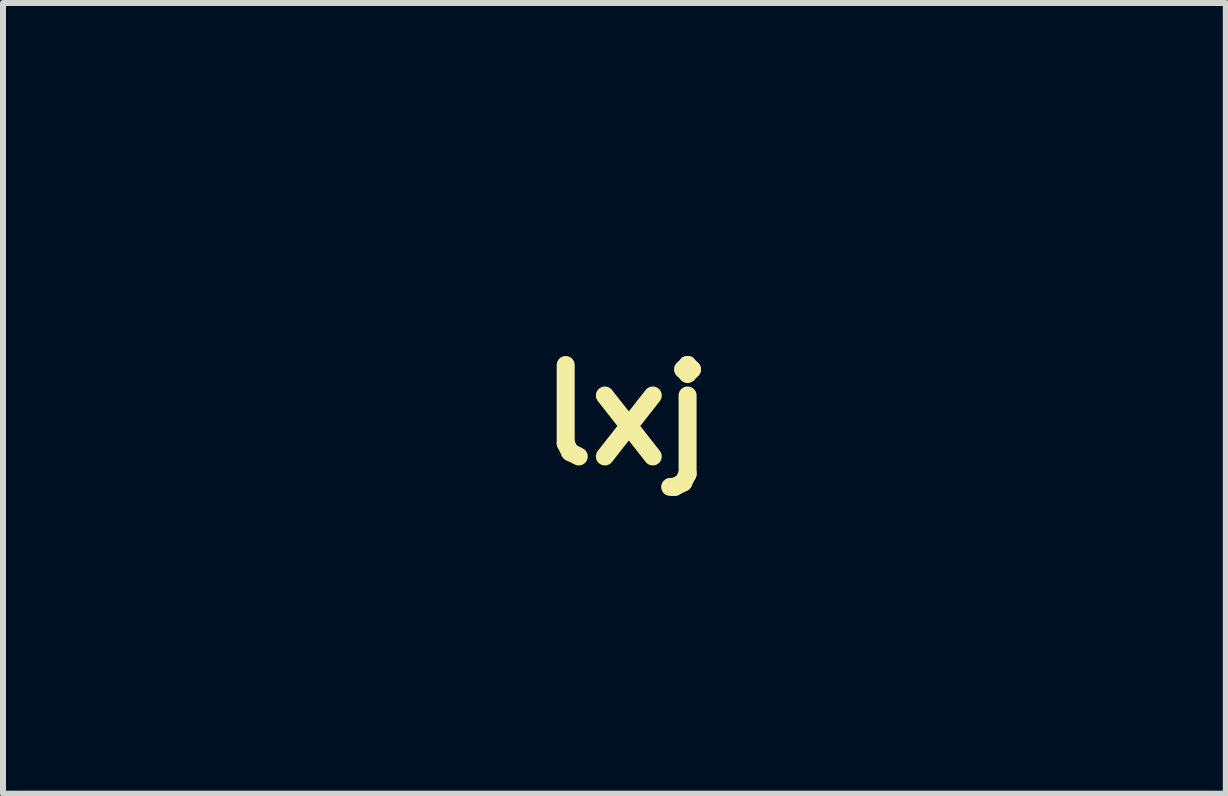
<source format=kicad_pcb>
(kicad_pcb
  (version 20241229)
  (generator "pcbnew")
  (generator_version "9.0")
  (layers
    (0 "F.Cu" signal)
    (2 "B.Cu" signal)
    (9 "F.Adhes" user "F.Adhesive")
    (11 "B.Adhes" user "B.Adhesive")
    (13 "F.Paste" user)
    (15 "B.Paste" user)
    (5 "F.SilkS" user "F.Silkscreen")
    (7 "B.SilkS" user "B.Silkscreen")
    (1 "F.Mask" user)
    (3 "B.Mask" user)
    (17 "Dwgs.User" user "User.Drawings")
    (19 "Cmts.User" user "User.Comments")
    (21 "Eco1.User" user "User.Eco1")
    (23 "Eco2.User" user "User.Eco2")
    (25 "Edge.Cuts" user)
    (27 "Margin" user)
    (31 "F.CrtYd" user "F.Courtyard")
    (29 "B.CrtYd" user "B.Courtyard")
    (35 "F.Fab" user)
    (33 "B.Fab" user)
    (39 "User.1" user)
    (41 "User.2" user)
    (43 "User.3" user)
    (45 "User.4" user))
  (footprint "lxj"
    (layer "F.Cu")
    (at 7.397 3.87)
    (property "Reference" "lxj" (at 0 0 0) (layer "F.SilkS") (effects (font (size 1.524 1.524) (thickness 0.3))))
    (attr board_only exclude_from_pos_files exclude_from_bom)
    (fp_poly (pts (xy -7.151 1.858) (xy -7.154 1.862) (xy -7.158 1.858) (xy -7.154 1.855)) (stroke (width 0) (type solid)) (fill yes) (layer "F.Mask"))
    (fp_poly (pts (xy -7.128 1.881) (xy -7.132 1.885) (xy -7.136 1.881) (xy -7.132 1.877)) (stroke (width 0) (type solid)) (fill yes) (layer "F.Mask"))
    (fp_poly (pts (xy -7.106 1.903) (xy -7.11 1.907) (xy -7.113 1.903) (xy -7.11 1.899)) (stroke (width 0) (type solid)) (fill yes) (layer "F.Mask"))
    (fp_poly (pts (xy 0.641 1.24) (xy 0.637 1.244) (xy 0.633 1.24) (xy 0.637 1.236)) (stroke (width 0) (type solid)) (fill yes) (layer "F.Mask"))
    (fp_poly (pts (xy -0.554 0.14) (xy -0.553 0.155) (xy -0.554 0.158) (xy -0.556 0.159) (xy -0.557 0.149) (xy -0.556 0.138)) (stroke (width 0) (type solid)) (fill yes) (layer "F.Mask"))
    (fp_poly (pts (xy -0.531 0.2) (xy -0.53 0.211) (xy -0.532 0.214) (xy -0.535 0.212) (xy -0.536 0.204) (xy -0.534 0.196)) (stroke (width 0) (type solid)) (fill yes) (layer "F.Mask"))
    (fp_poly (pts (xy 0.646 2.245) (xy 0.646 2.253) (xy 0.646 2.254) (xy 0.641 2.253) (xy 0.641 2.25) (xy 0.643 2.243)) (stroke (width 0) (type solid)) (fill yes) (layer "F.Mask"))
    (fp_poly (pts (xy -7.084 1.925) (xy -7.077 1.932) (xy -7.076 1.933) (xy -7.082 1.937) (xy -7.084 1.937) (xy -7.091 1.931) (xy -7.091 1.929) (xy -7.087 1.924)) (stroke (width 0) (type solid)) (fill yes) (layer "F.Mask"))
    (fp_poly (pts (xy -1.095 -0.696) (xy -1.088 -0.69) (xy -1.088 -0.689) (xy -1.093 -0.685) (xy -1.095 -0.685) (xy -1.102 -0.691) (xy -1.102 -0.693) (xy -1.098 -0.698)) (stroke (width 0) (type solid)) (fill yes) (layer "F.Mask"))
    (fp_poly (pts (xy -1.065 -0.672) (xy -1.065 -0.67) (xy -1.068 -0.663) (xy -1.068 -0.663) (xy -1.075 -0.668) (xy -1.076 -0.67) (xy -1.076 -0.677) (xy -1.073 -0.678)) (stroke (width 0) (type solid)) (fill yes) (layer "F.Mask"))
    (fp_poly (pts (xy -1.043 -0.65) (xy -1.043 -0.648) (xy -1.045 -0.641) (xy -1.046 -0.641) (xy -1.052 -0.646) (xy -1.054 -0.648) (xy -1.053 -0.655) (xy -1.051 -0.655)) (stroke (width 0) (type solid)) (fill yes) (layer "F.Mask"))
    (fp_poly (pts (xy -1.161 -0.748) (xy -1.154 -0.745) (xy -1.135 -0.732) (xy -1.119 -0.719) (xy -1.11 -0.708) (xy -1.11 -0.706) (xy -1.113 -0.701) (xy -1.124 -0.705) (xy -1.144 -0.717) (xy -1.145 -0.718) (xy -1.16 -0.73) (xy -1.169 -0.741) (xy -1.169 -0.748)) (stroke (width 0) (type solid)) (fill yes) (layer "F.Mask"))
    (fp_poly (pts (xy -6.409 2.156) (xy -6.404 2.16) (xy -6.406 2.171) (xy -6.415 2.191) (xy -6.417 2.195) (xy -6.432 2.222) (xy -6.442 2.235) (xy -6.448 2.236) (xy -6.45 2.224) (xy -6.451 2.207) (xy -6.449 2.182) (xy -6.445 2.168) (xy -6.435 2.16) (xy -6.435 2.16) (xy -6.419 2.155)) (stroke (width 0) (type solid)) (fill yes) (layer "F.Mask"))
    (fp_poly (pts (xy 0.625 1.27) (xy 0.619 1.289) (xy 0.618 1.294) (xy 0.611 1.314) (xy 0.602 1.345) (xy 0.594 1.379) (xy 0.586 1.412) (xy 0.58 1.44) (xy 0.579 1.449) (xy 0.577 1.454) (xy 0.576 1.446) (xy 0.575 1.429) (xy 0.575 1.405) (xy 0.577 1.388) (xy 0.58 1.382) (xy 0.585 1.373) (xy 0.589 1.354) (xy 0.592 1.339) (xy 0.598 1.31) (xy 0.607 1.283) (xy 0.611 1.274) (xy 0.62 1.26) (xy 0.625 1.26)) (stroke (width 0) (type solid)) (fill yes) (layer "F.Mask"))
    (fp_poly (pts (xy 0.618 -0.16) (xy 0.626 -0.139) (xy 0.636 -0.108) (xy 0.648 -0.068) (xy 0.655 -0.043) (xy 0.667 0.012) (xy 0.669 0.066) (xy 0.669 0.069) (xy 0.667 0.096) (xy 0.665 0.108) (xy 0.662 0.107) (xy 0.661 0.104) (xy 0.657 0.082) (xy 0.656 0.063) (xy 0.653 0.043) (xy 0.648 0.016) (xy 0.644 0.004) (xy 0.638 -0.023) (xy 0.634 -0.05) (xy 0.633 -0.059) (xy 0.63 -0.084) (xy 0.624 -0.111) (xy 0.622 -0.115) (xy 0.615 -0.139) (xy 0.612 -0.16) (xy 0.611 -0.164) (xy 0.613 -0.168)) (stroke (width 0) (type solid)) (fill yes) (layer "F.Mask"))
    (fp_poly (pts (xy -3.688 0.381) (xy -3.675 0.391) (xy -3.658 0.41) (xy -3.639 0.434) (xy -3.62 0.461) (xy -3.603 0.489) (xy -3.589 0.515) (xy -3.585 0.524) (xy -3.574 0.555) (xy -3.569 0.581) (xy -3.57 0.61) (xy -3.57 0.617) (xy -3.574 0.647) (xy -3.579 0.667) (xy -3.585 0.675) (xy -3.591 0.67) (xy -3.593 0.667) (xy -3.597 0.649) (xy -3.598 0.638) (xy -3.603 0.619) (xy -3.609 0.608) (xy -3.618 0.592) (xy -3.62 0.583) (xy -3.624 0.571) (xy -3.635 0.553) (xy -3.639 0.548) (xy -3.655 0.523) (xy -3.67 0.492) (xy -3.683 0.459) (xy -3.692 0.427) (xy -3.697 0.401) (xy -3.696 0.383) (xy -3.695 0.381)) (stroke (width 0) (type solid)) (fill yes) (layer "F.Mask"))
    (fp_poly (pts (xy 1.898 0.578) (xy 1.902 0.582) (xy 1.909 0.588) (xy 1.915 0.596) (xy 1.921 0.607) (xy 1.926 0.622) (xy 1.932 0.645) (xy 1.94 0.676) (xy 1.949 0.719) (xy 1.957 0.756) (xy 1.963 0.79) (xy 1.967 0.833) (xy 1.969 0.882) (xy 1.97 0.931) (xy 1.97 0.977) (xy 1.967 1.015) (xy 1.964 1.037) (xy 1.958 1.058) (xy 1.953 1.065) (xy 1.949 1.059) (xy 1.946 1.039) (xy 1.944 1.008) (xy 1.944 0.986) (xy 1.943 0.942) (xy 1.94 0.898) (xy 1.933 0.852) (xy 1.924 0.799) (xy 1.911 0.737) (xy 1.899 0.686) (xy 1.89 0.65) (xy 1.884 0.617) (xy 1.88 0.593) (xy 1.879 0.579) (xy 1.879 0.579) (xy 1.881 0.569) (xy 1.886 0.569)) (stroke (width 0) (type solid)) (fill yes) (layer "F.Mask"))
    (fp_poly (pts (xy -2.923 -0.141) (xy -2.923 -0.133) (xy -2.931 -0.118) (xy -2.945 -0.094) (xy -2.967 -0.06) (xy -2.996 -0.015) (xy -3.004 -0.003) (xy -3.02 0.016) (xy -3.04 0.032) (xy -3.04 0.032) (xy -3.055 0.043) (xy -3.061 0.054) (xy -3.061 0.055) (xy -3.068 0.065) (xy -3.075 0.069) (xy -3.085 0.067) (xy -3.094 0.056) (xy -3.102 0.039) (xy -3.112 0.019) (xy -3.122 0.005) (xy -3.126 0.002) (xy -3.135 -0.008) (xy -3.136 -0.014) (xy -3.13 -0.027) (xy -3.116 -0.042) (xy -3.098 -0.054) (xy -3.082 -0.06) (xy -3.081 -0.06) (xy -3.068 -0.064) (xy -3.065 -0.067) (xy -3.057 -0.074) (xy -3.039 -0.084) (xy -3.026 -0.091) (xy -2.997 -0.105) (xy -2.966 -0.122) (xy -2.955 -0.129) (xy -2.939 -0.137) (xy -2.928 -0.142)) (stroke (width 0) (type solid)) (fill yes) (layer "F.Mask"))
    (fp_poly (pts (xy -7.205 1.962) (xy -7.195 1.972) (xy -7.17 2.001) (xy -7.149 2.028) (xy -7.129 2.057) (xy -7.11 2.09) (xy -7.088 2.13) (xy -7.062 2.18) (xy -7.055 2.194) (xy -7.034 2.235) (xy -7.019 2.267) (xy -7.008 2.292) (xy -7 2.313) (xy -6.993 2.334) (xy -6.99 2.344) (xy -6.986 2.364) (xy -6.986 2.374) (xy -6.992 2.376) (xy -7.001 2.37) (xy -7.002 2.365) (xy -7.005 2.355) (xy -7.009 2.354) (xy -7.016 2.348) (xy -7.028 2.333) (xy -7.032 2.326) (xy -7.046 2.305) (xy -7.06 2.288) (xy -7.063 2.285) (xy -7.079 2.264) (xy -7.1 2.233) (xy -7.123 2.195) (xy -7.146 2.153) (xy -7.168 2.11) (xy -7.186 2.07) (xy -7.192 2.056) (xy -7.202 2.029) (xy -7.212 2.004) (xy -7.215 1.998) (xy -7.224 1.972) (xy -7.225 1.956) (xy -7.218 1.953)) (stroke (width 0) (type solid)) (fill yes) (layer "F.Mask"))
    (fp_poly (pts (xy -7.002 1.663) (xy -6.95 1.665) (xy -6.909 1.667) (xy -6.879 1.668) (xy -6.858 1.671) (xy -6.842 1.674) (xy -6.83 1.678) (xy -6.819 1.683) (xy -6.813 1.686) (xy -6.774 1.714) (xy -6.733 1.753) (xy -6.693 1.798) (xy -6.657 1.846) (xy -6.627 1.894) (xy -6.608 1.937) (xy -6.595 1.974) (xy -6.583 2.022) (xy -6.57 2.074) (xy -6.566 2.093) (xy -6.559 2.126) (xy -6.551 2.161) (xy -6.546 2.18) (xy -6.54 2.208) (xy -6.54 2.225) (xy -6.543 2.234) (xy -6.55 2.247) (xy -6.563 2.268) (xy -6.579 2.295) (xy -6.586 2.307) (xy -6.605 2.339) (xy -6.624 2.373) (xy -6.639 2.402) (xy -6.642 2.407) (xy -6.654 2.432) (xy -6.663 2.445) (xy -6.669 2.449) (xy -6.676 2.445) (xy -6.68 2.442) (xy -6.686 2.429) (xy -6.689 2.409) (xy -6.689 2.406) (xy -6.69 2.374) (xy -6.695 2.343) (xy -6.704 2.31) (xy -6.717 2.272) (xy -6.737 2.228) (xy -6.763 2.174) (xy -6.768 2.165) (xy -6.79 2.121) (xy -6.812 2.079) (xy -6.833 2.041) (xy -6.851 2.011) (xy -6.863 1.994) (xy -6.908 1.932) (xy -6.947 1.88) (xy -6.98 1.837) (xy -7.011 1.801) (xy -7.039 1.77) (xy -7.067 1.742) (xy -7.096 1.715) (xy -7.11 1.703) (xy -7.161 1.659)) (stroke (width 0) (type solid)) (fill yes) (layer "F.Mask"))
    (fp_poly (pts (xy -6.253 1.436) (xy -6.243 1.443) (xy -6.226 1.458) (xy -6.203 1.477) (xy -6.194 1.485) (xy -6.17 1.506) (xy -6.157 1.52) (xy -6.151 1.529) (xy -6.152 1.536) (xy -6.157 1.543) (xy -6.171 1.554) (xy -6.182 1.557) (xy -6.195 1.56) (xy -6.216 1.568) (xy -6.233 1.575) (xy -6.255 1.587) (xy -6.27 1.599) (xy -6.28 1.617) (xy -6.289 1.642) (xy -6.296 1.675) (xy -6.301 1.697) (xy -6.308 1.711) (xy -6.32 1.721) (xy -6.341 1.732) (xy -6.346 1.734) (xy -6.377 1.747) (xy -6.413 1.761) (xy -6.432 1.768) (xy -6.464 1.781) (xy -6.493 1.796) (xy -6.516 1.81) (xy -6.525 1.818) (xy -6.534 1.82) (xy -6.538 1.819) (xy -6.545 1.81) (xy -6.547 1.795) (xy -6.551 1.778) (xy -6.564 1.77) (xy -6.579 1.761) (xy -6.595 1.745) (xy -6.599 1.739) (xy -6.614 1.72) (xy -6.635 1.697) (xy -6.657 1.675) (xy -6.678 1.656) (xy -6.689 1.643) (xy -6.692 1.634) (xy -6.688 1.627) (xy -6.688 1.626) (xy -6.677 1.618) (xy -6.654 1.605) (xy -6.623 1.589) (xy -6.585 1.571) (xy -6.543 1.552) (xy -6.5 1.533) (xy -6.477 1.524) (xy -6.454 1.514) (xy -6.434 1.506) (xy -6.414 1.497) (xy -6.39 1.487) (xy -6.36 1.474) (xy -6.319 1.456) (xy -6.314 1.453) (xy -6.287 1.443) (xy -6.266 1.436) (xy -6.253 1.436)) (stroke (width 0) (type solid)) (fill yes) (layer "F.Mask"))
    (fp_poly (pts (xy -5.848 1.71) (xy -5.833 1.715) (xy -5.828 1.717) (xy -5.805 1.729) (xy -5.796 1.743) (xy -5.802 1.757) (xy -5.812 1.766) (xy -5.843 1.783) (xy -5.882 1.797) (xy -5.923 1.806) (xy -5.924 1.807) (xy -5.957 1.816) (xy -5.991 1.833) (xy -5.998 1.837) (xy -6.02 1.851) (xy -6.047 1.869) (xy -6.077 1.887) (xy -6.107 1.904) (xy -6.133 1.92) (xy -6.153 1.931) (xy -6.165 1.936) (xy -6.166 1.937) (xy -6.174 1.941) (xy -6.182 1.947) (xy -6.191 1.953) (xy -6.211 1.964) (xy -6.238 1.979) (xy -6.272 1.997) (xy -6.309 2.016) (xy -6.346 2.036) (xy -6.382 2.054) (xy -6.414 2.07) (xy -6.44 2.083) (xy -6.457 2.091) (xy -6.463 2.093) (xy -6.467 2.087) (xy -6.469 2.084) (xy -6.472 2.069) (xy -6.477 2.045) (xy -6.483 2.017) (xy -6.489 1.988) (xy -6.493 1.965) (xy -6.493 1.961) (xy -6.493 1.941) (xy -6.487 1.934) (xy -6.475 1.93) (xy -6.453 1.923) (xy -6.428 1.915) (xy -6.401 1.907) (xy -6.378 1.901) (xy -6.364 1.899) (xy -6.35 1.896) (xy -6.328 1.887) (xy -6.305 1.877) (xy -6.282 1.866) (xy -6.263 1.858) (xy -6.253 1.855) (xy -6.243 1.852) (xy -6.223 1.844) (xy -6.195 1.833) (xy -6.174 1.824) (xy -6.137 1.808) (xy -6.096 1.792) (xy -6.06 1.777) (xy -6.048 1.773) (xy -6.014 1.761) (xy -5.973 1.746) (xy -5.934 1.731) (xy -5.927 1.728) (xy -5.896 1.717) (xy -5.875 1.711) (xy -5.861 1.708)) (stroke (width 0) (type solid)) (fill yes) (layer "F.Mask"))
    (fp_poly (pts (xy -3.471 0.01) (xy -3.426 0.014) (xy -3.381 0.021) (xy -3.342 0.029) (xy -3.296 0.042) (xy -3.262 0.057) (xy -3.236 0.075) (xy -3.214 0.1) (xy -3.194 0.134) (xy -3.189 0.145) (xy -3.174 0.173) (xy -3.162 0.195) (xy -3.153 0.21) (xy -3.15 0.213) (xy -3.144 0.224) (xy -3.15 0.244) (xy -3.165 0.267) (xy -3.18 0.29) (xy -3.194 0.32) (xy -3.199 0.335) (xy -3.208 0.362) (xy -3.217 0.385) (xy -3.222 0.395) (xy -3.229 0.411) (xy -3.24 0.438) (xy -3.253 0.473) (xy -3.267 0.513) (xy -3.281 0.553) (xy -3.294 0.591) (xy -3.305 0.624) (xy -3.311 0.644) (xy -3.32 0.676) (xy -3.33 0.708) (xy -3.335 0.725) (xy -3.342 0.761) (xy -3.341 0.79) (xy -3.341 0.823) (xy -3.351 0.848) (xy -3.368 0.863) (xy -3.391 0.868) (xy -3.415 0.861) (xy -3.434 0.852) (xy -3.448 0.85) (xy -3.464 0.856) (xy -3.48 0.864) (xy -3.508 0.879) (xy -3.527 0.858) (xy -3.54 0.84) (xy -3.544 0.822) (xy -3.538 0.801) (xy -3.525 0.775) (xy -3.497 0.72) (xy -3.482 0.663) (xy -3.479 0.611) (xy -3.483 0.547) (xy -3.498 0.488) (xy -3.524 0.432) (xy -3.563 0.375) (xy -3.583 0.351) (xy -3.613 0.32) (xy -3.64 0.298) (xy -3.67 0.284) (xy -3.707 0.273) (xy -3.71 0.273) (xy -3.722 0.269) (xy -3.727 0.263) (xy -3.726 0.249) (xy -3.724 0.232) (xy -3.717 0.199) (xy -3.706 0.17) (xy -3.689 0.14) (xy -3.663 0.106) (xy -3.651 0.091) (xy -3.631 0.067) (xy -3.616 0.047) (xy -3.607 0.034) (xy -3.605 0.03) (xy -3.598 0.021) (xy -3.579 0.014) (xy -3.55 0.01) (xy -3.513 0.009)) (stroke (width 0) (type solid)) (fill yes) (layer "F.Mask"))
    (fp_poly (pts (xy -0.164 -0.968) (xy -0.137 -0.957) (xy -0.103 -0.938) (xy -0.066 -0.913) (xy -0.031 -0.887) (xy -0.002 -0.86) (xy 0.008 -0.85) (xy 0.03 -0.828) (xy 0.06 -0.8) (xy 0.093 -0.773) (xy 0.114 -0.756) (xy 0.172 -0.707) (xy 0.218 -0.656) (xy 0.224 -0.648) (xy 0.237 -0.63) (xy 0.254 -0.603) (xy 0.276 -0.569) (xy 0.3 -0.531) (xy 0.325 -0.491) (xy 0.35 -0.45) (xy 0.374 -0.411) (xy 0.396 -0.375) (xy 0.413 -0.346) (xy 0.426 -0.324) (xy 0.432 -0.311) (xy 0.432 -0.31) (xy 0.435 -0.301) (xy 0.442 -0.284) (xy 0.45 -0.266) (xy 0.473 -0.215) (xy 0.493 -0.168) (xy 0.508 -0.128) (xy 0.519 -0.097) (xy 0.521 -0.086) (xy 0.528 -0.058) (xy 0.534 -0.029) (xy 0.536 -0.022) (xy 0.552 0.049) (xy 0.563 0.107) (xy 0.569 0.152) (xy 0.569 0.185) (xy 0.564 0.205) (xy 0.56 0.211) (xy 0.547 0.219) (xy 0.523 0.229) (xy 0.492 0.241) (xy 0.455 0.254) (xy 0.417 0.266) (xy 0.379 0.278) (xy 0.346 0.288) (xy 0.319 0.294) (xy 0.302 0.297) (xy 0.298 0.297) (xy 0.289 0.295) (xy 0.27 0.293) (xy 0.25 0.291) (xy 0.218 0.286) (xy 0.181 0.278) (xy 0.153 0.27) (xy 0.124 0.261) (xy 0.097 0.254) (xy 0.08 0.25) (xy 0.08 0.25) (xy 0.064 0.241) (xy 0.052 0.227) (xy 0.048 0.212) (xy 0.049 0.207) (xy 0.058 0.206) (xy 0.075 0.21) (xy 0.084 0.213) (xy 0.135 0.225) (xy 0.185 0.222) (xy 0.232 0.206) (xy 0.274 0.178) (xy 0.308 0.138) (xy 0.323 0.113) (xy 0.344 0.06) (xy 0.358 0.002) (xy 0.363 -0.056) (xy 0.362 -0.114) (xy 0.353 -0.167) (xy 0.337 -0.214) (xy 0.315 -0.252) (xy 0.294 -0.272) (xy 0.252 -0.297) (xy 0.2 -0.313) (xy 0.144 -0.321) (xy 0.087 -0.32) (xy 0.032 -0.309) (xy -0.001 -0.294) (xy -0.035 -0.271) (xy -0.065 -0.243) (xy -0.086 -0.215) (xy -0.087 -0.213) (xy -0.101 -0.18) (xy -0.112 -0.141) (xy -0.118 -0.104) (xy -0.119 -0.088) (xy -0.12 -0.069) (xy -0.123 -0.06) (xy -0.128 -0.061) (xy -0.136 -0.074) (xy -0.148 -0.098) (xy -0.164 -0.135) (xy -0.173 -0.156) (xy -0.185 -0.185) (xy -0.195 -0.209) (xy -0.204 -0.232) (xy -0.213 -0.257) (xy -0.223 -0.285) (xy -0.235 -0.319) (xy -0.25 -0.363) (xy -0.268 -0.417) (xy -0.272 -0.428) (xy -0.284 -0.468) (xy -0.295 -0.505) (xy -0.304 -0.538) (xy -0.309 -0.56) (xy -0.309 -0.562) (xy -0.314 -0.593) (xy -0.322 -0.626) (xy -0.326 -0.64) (xy -0.332 -0.679) (xy -0.333 -0.725) (xy -0.329 -0.774) (xy -0.32 -0.822) (xy -0.307 -0.865) (xy -0.291 -0.899) (xy -0.285 -0.908) (xy -0.255 -0.938) (xy -0.222 -0.959) (xy -0.191 -0.97)) (stroke (width 0) (type solid)) (fill yes) (layer "F.Mask"))
    (fp_poly (pts (xy -1.105 1.911) (xy -1.07 1.921) (xy -1.029 1.937) (xy -0.984 1.957) (xy -0.937 1.979) (xy -0.893 2.003) (xy -0.853 2.027) (xy -0.82 2.049) (xy -0.819 2.05) (xy -0.806 2.061) (xy -0.791 2.074) (xy -0.773 2.09) (xy -0.751 2.112) (xy -0.724 2.139) (xy -0.691 2.173) (xy -0.65 2.216) (xy -0.6 2.267) (xy -0.573 2.296) (xy -0.554 2.313) (xy -0.537 2.322) (xy -0.517 2.324) (xy -0.515 2.324) (xy -0.485 2.319) (xy -0.469 2.309) (xy -0.459 2.297) (xy -0.455 2.284) (xy -0.457 2.27) (xy -0.466 2.251) (xy -0.484 2.227) (xy -0.511 2.196) (xy -0.54 2.164) (xy -0.568 2.133) (xy -0.593 2.105) (xy -0.612 2.081) (xy -0.623 2.065) (xy -0.626 2.059) (xy -0.621 2.047) (xy -0.608 2.03) (xy -0.599 2.021) (xy -0.583 2.007) (xy -0.568 2) (xy -0.55 1.997) (xy -0.525 1.996) (xy -0.499 1.997) (xy -0.481 2) (xy -0.465 2.008) (xy -0.445 2.024) (xy -0.438 2.03) (xy -0.416 2.049) (xy -0.4 2.063) (xy -0.387 2.077) (xy -0.373 2.095) (xy -0.356 2.12) (xy -0.341 2.143) (xy -0.324 2.172) (xy -0.305 2.21) (xy -0.282 2.258) (xy -0.254 2.318) (xy -0.249 2.328) (xy -0.208 2.416) (xy -0.17 2.492) (xy -0.133 2.559) (xy -0.096 2.618) (xy -0.058 2.671) (xy -0.018 2.722) (xy 0.02 2.764) (xy 0.037 2.785) (xy 0.047 2.801) (xy 0.048 2.809) (xy 0.039 2.816) (xy 0.02 2.824) (xy -0.002 2.83) (xy -0.027 2.834) (xy -0.059 2.838) (xy -0.094 2.841) (xy -0.129 2.843) (xy -0.16 2.845) (xy -0.185 2.845) (xy -0.2 2.843) (xy -0.202 2.842) (xy -0.211 2.84) (xy -0.231 2.836) (xy -0.261 2.833) (xy -0.291 2.83) (xy -0.378 2.817) (xy -0.467 2.793) (xy -0.554 2.76) (xy -0.634 2.718) (xy -0.665 2.698) (xy -0.694 2.681) (xy -0.727 2.665) (xy -0.748 2.658) (xy -0.773 2.649) (xy -0.794 2.64) (xy -0.804 2.634) (xy -0.818 2.625) (xy -0.838 2.614) (xy -0.845 2.61) (xy -0.865 2.599) (xy -0.892 2.583) (xy -0.922 2.564) (xy -0.931 2.558) (xy -0.963 2.537) (xy -0.998 2.514) (xy -1.029 2.495) (xy -1.033 2.493) (xy -1.059 2.476) (xy -1.081 2.458) (xy -1.095 2.445) (xy -1.11 2.427) (xy -1.133 2.402) (xy -1.16 2.374) (xy -1.189 2.344) (xy -1.216 2.318) (xy -1.226 2.308) (xy -1.26 2.275) (xy -1.3 2.234) (xy -1.34 2.189) (xy -1.37 2.155) (xy -1.394 2.125) (xy -1.406 2.1) (xy -1.407 2.078) (xy -1.396 2.055) (xy -1.373 2.029) (xy -1.371 2.027) (xy -1.349 2.006) (xy -1.332 1.994) (xy -1.324 1.993) (xy -1.312 1.99) (xy -1.297 1.976) (xy -1.296 1.974) (xy -1.27 1.948) (xy -1.239 1.933) (xy -1.216 1.929) (xy -1.194 1.926) (xy -1.174 1.918) (xy -1.151 1.91) (xy -1.129 1.907)) (stroke (width 0) (type solid)) (fill yes) (layer "F.Mask"))
    (fp_poly (pts (xy -7.325 1.695) (xy -7.291 1.718) (xy -7.252 1.753) (xy -7.234 1.771) (xy -7.208 1.798) (xy -7.19 1.82) (xy -7.179 1.834) (xy -7.177 1.84) (xy -7.184 1.837) (xy -7.2 1.824) (xy -7.207 1.818) (xy -7.236 1.8) (xy -7.267 1.795) (xy -7.296 1.801) (xy -7.321 1.818) (xy -7.338 1.843) (xy -7.344 1.877) (xy -7.344 1.877) (xy -7.342 1.901) (xy -7.334 1.935) (xy -7.322 1.977) (xy -7.307 2.024) (xy -7.29 2.072) (xy -7.272 2.119) (xy -7.254 2.162) (xy -7.241 2.189) (xy -7.221 2.229) (xy -7.206 2.258) (xy -7.196 2.278) (xy -7.188 2.292) (xy -7.181 2.302) (xy -7.175 2.309) (xy -7.172 2.312) (xy -7.16 2.327) (xy -7.144 2.348) (xy -7.138 2.357) (xy -7.123 2.378) (xy -7.109 2.397) (xy -7.105 2.402) (xy -7.067 2.446) (xy -7.037 2.481) (xy -7.014 2.506) (xy -6.995 2.524) (xy -6.979 2.537) (xy -6.965 2.546) (xy -6.961 2.548) (xy -6.933 2.559) (xy -6.911 2.561) (xy -6.891 2.554) (xy -6.887 2.551) (xy -6.871 2.533) (xy -6.86 2.507) (xy -6.854 2.479) (xy -6.856 2.461) (xy -6.86 2.44) (xy -6.866 2.414) (xy -6.868 2.405) (xy -6.873 2.38) (xy -6.88 2.36) (xy -6.882 2.355) (xy -6.889 2.337) (xy -6.89 2.326) (xy -6.893 2.31) (xy -6.901 2.291) (xy -6.909 2.273) (xy -6.912 2.258) (xy -6.917 2.242) (xy -6.923 2.23) (xy -6.932 2.212) (xy -6.934 2.2) (xy -6.94 2.183) (xy -6.946 2.175) (xy -6.955 2.163) (xy -6.957 2.156) (xy -6.962 2.143) (xy -6.966 2.136) (xy -6.974 2.126) (xy -6.985 2.105) (xy -6.999 2.078) (xy -7.008 2.061) (xy -7.023 2.031) (xy -7.038 2.005) (xy -7.049 1.987) (xy -7.053 1.982) (xy -7.065 1.968) (xy -7.072 1.954) (xy -7.072 1.945) (xy -7.07 1.944) (xy -7.063 1.949) (xy -7.049 1.963) (xy -7.031 1.982) (xy -7.031 1.982) (xy -7.013 2.004) (xy -6.996 2.022) (xy -6.987 2.033) (xy -6.964 2.062) (xy -6.938 2.102) (xy -6.91 2.152) (xy -6.88 2.21) (xy -6.851 2.273) (xy -6.848 2.279) (xy -6.839 2.3) (xy -6.831 2.316) (xy -6.83 2.317) (xy -6.818 2.35) (xy -6.809 2.392) (xy -6.803 2.44) (xy -6.801 2.49) (xy -6.801 2.538) (xy -6.806 2.58) (xy -6.814 2.614) (xy -6.82 2.628) (xy -6.827 2.631) (xy -6.843 2.636) (xy -6.843 2.636) (xy -6.869 2.638) (xy -6.895 2.63) (xy -6.92 2.618) (xy -6.941 2.601) (xy -6.945 2.598) (xy -6.958 2.584) (xy -6.967 2.578) (xy -6.967 2.577) (xy -6.974 2.572) (xy -6.989 2.558) (xy -7.01 2.538) (xy -7.035 2.512) (xy -7.063 2.484) (xy -7.092 2.455) (xy -7.119 2.427) (xy -7.143 2.402) (xy -7.162 2.382) (xy -7.168 2.375) (xy -7.188 2.351) (xy -7.21 2.323) (xy -7.231 2.294) (xy -7.249 2.267) (xy -7.263 2.245) (xy -7.269 2.232) (xy -7.27 2.229) (xy -7.275 2.22) (xy -7.277 2.22) (xy -7.285 2.214) (xy -7.285 2.212) (xy -7.288 2.202) (xy -7.296 2.182) (xy -7.308 2.155) (xy -7.321 2.128) (xy -7.341 2.086) (xy -7.356 2.052) (xy -7.366 2.025) (xy -7.374 1.998) (xy -7.381 1.969) (xy -7.387 1.937) (xy -7.392 1.901) (xy -7.396 1.86) (xy -7.397 1.818) (xy -7.397 1.777) (xy -7.395 1.741) (xy -7.392 1.713) (xy -7.388 1.7) (xy -7.374 1.686) (xy -7.352 1.685)) (stroke (width 0) (type solid)) (fill yes) (layer "F.Mask"))
    (fp_poly (pts (xy -1.502 -0.787) (xy -1.47 -0.774) (xy -1.433 -0.76) (xy -1.404 -0.749) (xy -1.372 -0.735) (xy -1.336 -0.715) (xy -1.302 -0.692) (xy -1.296 -0.688) (xy -1.268 -0.668) (xy -1.232 -0.642) (xy -1.192 -0.615) (xy -1.154 -0.589) (xy -1.153 -0.588) (xy -1.091 -0.542) (xy -1.024 -0.484) (xy -0.954 -0.416) (xy -0.881 -0.341) (xy -0.809 -0.258) (xy -0.738 -0.171) (xy -0.672 -0.083) (xy -0.648 -0.048) (xy -0.625 -0.012) (xy -0.604 0.025) (xy -0.587 0.058) (xy -0.574 0.088) (xy -0.566 0.11) (xy -0.565 0.124) (xy -0.569 0.127) (xy -0.575 0.122) (xy -0.589 0.11) (xy -0.601 0.099) (xy -0.621 0.083) (xy -0.649 0.063) (xy -0.681 0.043) (xy -0.697 0.034) (xy -0.731 0.016) (xy -0.756 0.005) (xy -0.779 -0.002) (xy -0.803 -0.005) (xy -0.813 -0.006) (xy -0.869 -0.003) (xy -0.916 0.011) (xy -0.955 0.037) (xy -0.985 0.074) (xy -1.005 0.121) (xy -1.015 0.177) (xy -1.014 0.243) (xy -1.012 0.261) (xy -0.999 0.318) (xy -0.975 0.372) (xy -0.942 0.42) (xy -0.902 0.462) (xy -0.856 0.496) (xy -0.807 0.52) (xy -0.756 0.532) (xy -0.706 0.532) (xy -0.694 0.53) (xy -0.643 0.513) (xy -0.6 0.483) (xy -0.567 0.442) (xy -0.542 0.39) (xy -0.527 0.327) (xy -0.524 0.296) (xy -0.52 0.264) (xy -0.516 0.245) (xy -0.511 0.239) (xy -0.506 0.247) (xy -0.502 0.259) (xy -0.495 0.289) (xy -0.486 0.321) (xy -0.477 0.35) (xy -0.469 0.371) (xy -0.466 0.376) (xy -0.455 0.402) (xy -0.445 0.438) (xy -0.438 0.476) (xy -0.434 0.514) (xy -0.434 0.544) (xy -0.436 0.55) (xy -0.446 0.571) (xy -0.462 0.58) (xy -0.477 0.59) (xy -0.497 0.608) (xy -0.513 0.628) (xy -0.542 0.663) (xy -0.576 0.697) (xy -0.618 0.731) (xy -0.671 0.769) (xy -0.685 0.778) (xy -0.731 0.808) (xy -0.771 0.832) (xy -0.809 0.852) (xy -0.848 0.87) (xy -0.894 0.888) (xy -0.948 0.908) (xy -0.972 0.916) (xy -1.029 0.935) (xy -1.074 0.95) (xy -1.112 0.961) (xy -1.146 0.968) (xy -1.178 0.972) (xy -1.212 0.974) (xy -1.252 0.974) (xy -1.299 0.971) (xy -1.353 0.968) (xy -1.417 0.961) (xy -1.479 0.949) (xy -1.536 0.933) (xy -1.586 0.914) (xy -1.623 0.893) (xy -1.627 0.89) (xy -1.649 0.876) (xy -1.676 0.861) (xy -1.685 0.857) (xy -1.709 0.843) (xy -1.737 0.824) (xy -1.759 0.806) (xy -1.805 0.767) (xy -1.847 0.735) (xy -1.892 0.705) (xy -1.907 0.696) (xy -1.938 0.675) (xy -1.974 0.647) (xy -2.012 0.616) (xy -2.048 0.584) (xy -2.078 0.554) (xy -2.096 0.532) (xy -2.109 0.515) (xy -2.112 0.505) (xy -2.108 0.499) (xy -2.106 0.498) (xy -2.1 0.493) (xy -2.099 0.485) (xy -2.105 0.47) (xy -2.116 0.446) (xy -2.119 0.441) (xy -2.133 0.411) (xy -2.149 0.369) (xy -2.167 0.32) (xy -2.185 0.268) (xy -2.202 0.214) (xy -2.217 0.164) (xy -2.227 0.124) (xy -2.236 0.077) (xy -2.243 0.023) (xy -2.247 -0.034) (xy -2.248 -0.089) (xy -2.246 -0.138) (xy -2.243 -0.168) (xy -2.235 -0.201) (xy -2.225 -0.235) (xy -2.217 -0.257) (xy -2.204 -0.286) (xy -2.19 -0.319) (xy -2.182 -0.339) (xy -2.163 -0.381) (xy -2.135 -0.426) (xy -2.097 -0.478) (xy -2.091 -0.486) (xy -2.076 -0.502) (xy -2.051 -0.524) (xy -2.019 -0.55) (xy -1.982 -0.577) (xy -1.945 -0.604) (xy -1.908 -0.629) (xy -1.881 -0.646) (xy -1.825 -0.678) (xy -1.77 -0.708) (xy -1.716 -0.736) (xy -1.668 -0.76) (xy -1.627 -0.778) (xy -1.606 -0.786) (xy -1.548 -0.806)) (stroke (width 0) (type solid)) (fill yes) (layer "F.Mask"))
    (fp_poly (pts (xy 6.738 -3.868) (xy 6.785 -3.864) (xy 6.822 -3.856) (xy 6.824 -3.856) (xy 6.882 -3.831) (xy 6.932 -3.794) (xy 6.962 -3.759) (xy 6.978 -3.736) (xy 6.987 -3.718) (xy 6.989 -3.699) (xy 6.989 -3.681) (xy 6.981 -3.639) (xy 6.96 -3.593) (xy 6.928 -3.543) (xy 6.885 -3.491) (xy 6.833 -3.439) (xy 6.805 -3.414) (xy 6.782 -3.391) (xy 6.769 -3.372) (xy 6.767 -3.366) (xy 6.765 -3.358) (xy 6.759 -3.35) (xy 6.746 -3.341) (xy 6.726 -3.329) (xy 6.697 -3.314) (xy 6.657 -3.295) (xy 6.605 -3.271) (xy 6.6 -3.268) (xy 6.575 -3.257) (xy 6.554 -3.247) (xy 6.531 -3.237) (xy 6.503 -3.224) (xy 6.466 -3.208) (xy 6.447 -3.199) (xy 6.415 -3.185) (xy 6.379 -3.168) (xy 6.354 -3.157) (xy 6.291 -3.127) (xy 6.236 -3.102) (xy 6.192 -3.082) (xy 6.182 -3.078) (xy 6.158 -3.067) (xy 6.127 -3.053) (xy 6.097 -3.039) (xy 6.011 -3) (xy 5.937 -2.966) (xy 5.925 -2.961) (xy 5.899 -2.949) (xy 5.866 -2.934) (xy 5.836 -2.92) (xy 5.749 -2.88) (xy 5.667 -2.843) (xy 5.593 -2.809) (xy 5.583 -2.805) (xy 5.546 -2.788) (xy 5.511 -2.772) (xy 5.473 -2.755) (xy 5.427 -2.734) (xy 5.426 -2.733) (xy 5.392 -2.718) (xy 5.354 -2.7) (xy 5.326 -2.687) (xy 5.294 -2.673) (xy 5.262 -2.658) (xy 5.24 -2.648) (xy 5.211 -2.635) (xy 5.178 -2.62) (xy 5.16 -2.611) (xy 5.128 -2.597) (xy 5.092 -2.581) (xy 5.074 -2.573) (xy 5.043 -2.558) (xy 5.008 -2.542) (xy 4.991 -2.535) (xy 4.804 -2.45) (xy 4.741 -2.421) (xy 4.708 -2.406) (xy 4.674 -2.39) (xy 4.648 -2.378) (xy 4.618 -2.364) (xy 4.583 -2.348) (xy 4.562 -2.339) (xy 4.531 -2.324) (xy 4.499 -2.31) (xy 4.48 -2.301) (xy 4.389 -2.26) (xy 4.309 -2.223) (xy 4.28 -2.21) (xy 4.25 -2.196) (xy 4.217 -2.181) (xy 4.176 -2.162) (xy 4.138 -2.145) (xy 4.116 -2.135) (xy 4.086 -2.122) (xy 4.056 -2.108) (xy 4.056 -2.108) (xy 4.024 -2.093) (xy 3.99 -2.078) (xy 3.965 -2.066) (xy 3.933 -2.052) (xy 3.9 -2.037) (xy 3.886 -2.031) (xy 3.859 -2.018) (xy 3.825 -2.003) (xy 3.795 -1.989) (xy 3.764 -1.975) (xy 3.733 -1.961) (xy 3.709 -1.95) (xy 3.684 -1.938) (xy 3.653 -1.924) (xy 3.631 -1.914) (xy 3.598 -1.898) (xy 3.562 -1.882) (xy 3.542 -1.873) (xy 3.49 -1.85) (xy 3.439 -1.827) (xy 3.385 -1.802) (xy 3.355 -1.788) (xy 3.319 -1.771) (xy 3.289 -1.757) (xy 3.255 -1.742) (xy 3.219 -1.726) (xy 3.192 -1.713) (xy 3.164 -1.7) (xy 3.137 -1.688) (xy 3.121 -1.681) (xy 3.103 -1.673) (xy 3.075 -1.661) (xy 3.044 -1.646) (xy 3.028 -1.639) (xy 2.996 -1.624) (xy 2.966 -1.61) (xy 2.942 -1.6) (xy 2.935 -1.596) (xy 2.905 -1.583) (xy 2.866 -1.565) (xy 2.822 -1.545) (xy 2.777 -1.524) (xy 2.769 -1.52) (xy 2.738 -1.506) (xy 2.706 -1.491) (xy 2.685 -1.482) (xy 2.658 -1.47) (xy 2.625 -1.455) (xy 2.6 -1.443) (xy 2.554 -1.422) (xy 2.518 -1.406) (xy 2.491 -1.394) (xy 2.469 -1.384) (xy 2.449 -1.375) (xy 2.439 -1.37) (xy 2.412 -1.358) (xy 2.379 -1.343) (xy 2.356 -1.332) (xy 2.323 -1.317) (xy 2.286 -1.3) (xy 2.259 -1.288) (xy 2.157 -1.241) (xy 2.097 -1.214) (xy 2.075 -1.204) (xy 2.045 -1.191) (xy 2.015 -1.177) (xy 2.015 -1.177) (xy 1.982 -1.162) (xy 1.948 -1.146) (xy 1.922 -1.134) (xy 1.891 -1.12) (xy 1.857 -1.105) (xy 1.836 -1.095) (xy 1.803 -1.08) (xy 1.767 -1.063) (xy 1.747 -1.054) (xy 1.692 -1.029) (xy 1.646 -1.008) (xy 1.601 -0.987) (xy 1.59 -0.983) (xy 1.558 -0.968) (xy 1.524 -0.952) (xy 1.505 -0.944) (xy 1.476 -0.931) (xy 1.442 -0.915) (xy 1.412 -0.901) (xy 1.381 -0.888) (xy 1.352 -0.874) (xy 1.33 -0.864) (xy 1.33 -0.864) (xy 1.278 -0.84) (xy 1.238 -0.822) (xy 1.206 -0.807) (xy 1.179 -0.795) (xy 1.156 -0.784) (xy 1.151 -0.782) (xy 1.119 -0.767) (xy 1.085 -0.752) (xy 1.065 -0.743) (xy 1.035 -0.729) (xy 1 -0.713) (xy 0.98 -0.704) (xy 0.947 -0.689) (xy 0.913 -0.674) (xy 0.894 -0.665) (xy 0.847 -0.644) (xy 0.793 -0.619) (xy 0.741 -0.595) (xy 0.719 -0.585) (xy 0.688 -0.571) (xy 0.656 -0.556) (xy 0.644 -0.551) (xy 0.589 -0.526) (xy 0.547 -0.506) (xy 0.516 -0.49) (xy 0.497 -0.478) (xy 0.488 -0.468) (xy 0.488 -0.461) (xy 0.491 -0.458) (xy 0.5 -0.448) (xy 0.512 -0.427) (xy 0.526 -0.397) (xy 0.542 -0.361) (xy 0.558 -0.324) (xy 0.573 -0.286) (xy 0.586 -0.251) (xy 0.596 -0.222) (xy 0.601 -0.202) (xy 0.601 -0.195) (xy 0.598 -0.189) (xy 0.594 -0.198) (xy 0.593 -0.201) (xy 0.587 -0.217) (xy 0.577 -0.241) (xy 0.564 -0.269) (xy 0.562 -0.272) (xy 0.548 -0.303) (xy 0.53 -0.342) (xy 0.512 -0.38) (xy 0.507 -0.391) (xy 0.482 -0.446) (xy 0.46 -0.489) (xy 0.442 -0.523) (xy 0.426 -0.55) (xy 0.41 -0.572) (xy 0.402 -0.581) (xy 0.386 -0.601) (xy 0.375 -0.616) (xy 0.373 -0.624) (xy 0.367 -0.634) (xy 0.357 -0.641) (xy 0.344 -0.652) (xy 0.329 -0.67) (xy 0.323 -0.679) (xy 0.309 -0.7) (xy 0.288 -0.726) (xy 0.266 -0.751) (xy 0.266 -0.751) (xy 0.245 -0.775) (xy 0.228 -0.799) (xy 0.217 -0.818) (xy 0.217 -0.819) (xy 0.2 -0.862) (xy 0.187 -0.894) (xy 0.175 -0.918) (xy 0.167 -0.931) (xy 0.155 -0.953) (xy 0.141 -0.981) (xy 0.132 -0.998) (xy 0.116 -1.024) (xy 0.092 -1.056) (xy 0.062 -1.092) (xy 0.049 -1.106) (xy 0.024 -1.132) (xy 0.004 -1.154) (xy -0.009 -1.17) (xy -0.015 -1.178) (xy -0.015 -1.179) (xy -0.008 -1.185) (xy 0.009 -1.195) (xy 0.036 -1.207) (xy 0.068 -1.221) (xy 0.071 -1.222) (xy 0.087 -1.229) (xy 0.109 -1.238) (xy 0.119 -1.242) (xy 0.148 -1.254) (xy 0.179 -1.267) (xy 0.186 -1.27) (xy 0.241 -1.292) (xy 0.295 -1.314) (xy 0.341 -1.335) (xy 0.347 -1.338) (xy 0.366 -1.345) (xy 0.379 -1.348) (xy 0.379 -1.348) (xy 0.392 -1.352) (xy 0.4 -1.355) (xy 0.415 -1.362) (xy 0.436 -1.372) (xy 0.451 -1.378) (xy 0.475 -1.388) (xy 0.495 -1.397) (xy 0.503 -1.401) (xy 0.518 -1.407) (xy 0.541 -1.416) (xy 0.559 -1.423) (xy 0.584 -1.432) (xy 0.605 -1.441) (xy 0.615 -1.445) (xy 0.638 -1.455) (xy 0.671 -1.469) (xy 0.71 -1.485) (xy 0.749 -1.502) (xy 0.767 -1.509) (xy 0.807 -1.525) (xy 0.855 -1.545) (xy 0.903 -1.565) (xy 0.927 -1.575) (xy 0.947 -1.584) (xy 0.973 -1.594) (xy 0.991 -1.601) (xy 1.019 -1.612) (xy 1.043 -1.622) (xy 1.07 -1.633) (xy 1.091 -1.642) (xy 1.109 -1.65) (xy 1.135 -1.66) (xy 1.165 -1.672) (xy 1.173 -1.676) (xy 1.204 -1.688) (xy 1.231 -1.699) (xy 1.252 -1.708) (xy 1.255 -1.709) (xy 1.272 -1.717) (xy 1.299 -1.727) (xy 1.329 -1.74) (xy 1.337 -1.743) (xy 1.376 -1.759) (xy 1.408 -1.772) (xy 1.439 -1.785) (xy 1.469 -1.798) (xy 1.492 -1.807) (xy 1.519 -1.818) (xy 1.527 -1.821) (xy 1.548 -1.829) (xy 1.568 -1.837) (xy 1.592 -1.847) (xy 1.624 -1.861) (xy 1.633 -1.865) (xy 1.651 -1.873) (xy 1.679 -1.884) (xy 1.709 -1.896) (xy 1.717 -1.899) (xy 1.747 -1.912) (xy 1.775 -1.923) (xy 1.795 -1.932) (xy 1.799 -1.933) (xy 1.816 -1.94) (xy 1.843 -1.951) (xy 1.873 -1.963) (xy 1.881 -1.967) (xy 1.916 -1.981) (xy 1.945 -1.993) (xy 1.972 -2.004) (xy 2.005 -2.018) (xy 2.011 -2.021) (xy 2.03 -2.029) (xy 2.058 -2.041) (xy 2.089 -2.053) (xy 2.097 -2.056) (xy 2.127 -2.068) (xy 2.155 -2.08) (xy 2.175 -2.088) (xy 2.179 -2.089) (xy 2.21 -2.103) (xy 2.235 -2.113) (xy 2.26 -2.123) (xy 2.279 -2.131) (xy 2.306 -2.141) (xy 2.331 -2.152) (xy 2.343 -2.156) (xy 2.39 -2.176) (xy 2.439 -2.197) (xy 2.483 -2.215) (xy 2.503 -2.223) (xy 2.525 -2.232) (xy 2.544 -2.24) (xy 2.565 -2.248) (xy 2.593 -2.26) (xy 2.6 -2.263) (xy 2.629 -2.275) (xy 2.66 -2.287) (xy 2.667 -2.29) (xy 2.692 -2.3) (xy 2.713 -2.309) (xy 2.736 -2.318) (xy 2.767 -2.331) (xy 2.767 -2.331) (xy 2.791 -2.342) (xy 2.812 -2.35) (xy 2.819 -2.353) (xy 2.834 -2.36) (xy 2.857 -2.369) (xy 2.875 -2.376) (xy 2.9 -2.386) (xy 2.922 -2.394) (xy 2.931 -2.398) (xy 2.96 -2.411) (xy 2.998 -2.427) (xy 3.04 -2.444) (xy 3.079 -2.46) (xy 3.084 -2.462) (xy 3.113 -2.474) (xy 3.144 -2.487) (xy 3.151 -2.49) (xy 3.181 -2.502) (xy 3.203 -2.511) (xy 3.221 -2.519) (xy 3.243 -2.527) (xy 3.248 -2.529) (xy 3.288 -2.545) (xy 3.335 -2.565) (xy 3.384 -2.586) (xy 3.408 -2.596) (xy 3.427 -2.604) (xy 3.454 -2.615) (xy 3.471 -2.622) (xy 3.5 -2.633) (xy 3.524 -2.643) (xy 3.551 -2.654) (xy 3.572 -2.663) (xy 3.589 -2.67) (xy 3.615 -2.681) (xy 3.646 -2.693) (xy 3.654 -2.696) (xy 3.684 -2.708) (xy 3.712 -2.72) (xy 3.732 -2.728) (xy 3.736 -2.73) (xy 3.751 -2.736) (xy 3.777 -2.747) (xy 3.809 -2.76) (xy 3.844 -2.774) (xy 3.879 -2.789) (xy 3.911 -2.802) (xy 3.937 -2.813) (xy 3.952 -2.819) (xy 3.973 -2.828) (xy 3.999 -2.838) (xy 4.007 -2.842) (xy 4.034 -2.852) (xy 4.06 -2.863) (xy 4.067 -2.866) (xy 4.09 -2.876) (xy 4.114 -2.886) (xy 4.142 -2.898) (xy 4.178 -2.913) (xy 4.197 -2.92) (xy 4.228 -2.932) (xy 4.256 -2.944) (xy 4.276 -2.952) (xy 4.279 -2.954) (xy 4.297 -2.961) (xy 4.323 -2.972) (xy 4.353 -2.984) (xy 4.361 -2.987) (xy 4.392 -3) (xy 4.42 -3.011) (xy 4.441 -3.02) (xy 4.445 -3.022) (xy 4.479 -3.036) (xy 4.511 -3.05) (xy 4.545 -3.064) (xy 4.577 -3.077) (xy 4.608 -3.089) (xy 4.635 -3.1) (xy 4.656 -3.108) (xy 4.659 -3.11) (xy 4.691 -3.123) (xy 4.716 -3.134) (xy 4.741 -3.144) (xy 4.76 -3.151) (xy 4.787 -3.162) (xy 4.811 -3.172) (xy 4.823 -3.177) (xy 4.87 -3.197) (xy 4.919 -3.217) (xy 4.964 -3.236) (xy 4.983 -3.243) (xy 5.006 -3.253) (xy 5.025 -3.26) (xy 5.046 -3.269) (xy 5.074 -3.281) (xy 5.08 -3.283) (xy 5.109 -3.295) (xy 5.14 -3.308) (xy 5.147 -3.311) (xy 5.185 -3.326) (xy 5.225 -3.342) (xy 5.261 -3.357) (xy 5.29 -3.37) (xy 5.3 -3.374) (xy 5.315 -3.381) (xy 5.338 -3.39) (xy 5.356 -3.397) (xy 5.381 -3.406) (xy 5.402 -3.415) (xy 5.411 -3.419) (xy 5.435 -3.429) (xy 5.468 -3.443) (xy 5.507 -3.459) (xy 5.546 -3.475) (xy 5.564 -3.483) (xy 5.613 -3.502) (xy 5.673 -3.527) (xy 5.68 -3.53) (xy 5.695 -3.536) (xy 5.718 -3.546) (xy 5.735 -3.553) (xy 5.761 -3.563) (xy 5.784 -3.572) (xy 5.795 -3.577) (xy 5.816 -3.585) (xy 5.836 -3.594) (xy 5.859 -3.603) (xy 5.883 -3.614) (xy 5.884 -3.614) (xy 5.907 -3.624) (xy 5.935 -3.635) (xy 5.951 -3.642) (xy 5.98 -3.653) (xy 6.004 -3.663) (xy 6.031 -3.674) (xy 6.052 -3.683) (xy 6.069 -3.691) (xy 6.096 -3.701) (xy 6.126 -3.713) (xy 6.134 -3.717) (xy 6.164 -3.729) (xy 6.192 -3.74) (xy 6.212 -3.749) (xy 6.216 -3.75) (xy 6.285 -3.78) (xy 6.341 -3.803) (xy 6.386 -3.82) (xy 6.421 -3.831) (xy 6.444 -3.836) (xy 6.472 -3.841) (xy 6.507 -3.848) (xy 6.54 -3.856) (xy 6.582 -3.863) (xy 6.632 -3.868) (xy 6.686 -3.87)) (stroke (width 0) (type solid)) (fill yes) (layer "F.Mask"))
    (fp_poly (pts (xy 1.165 0.172) (xy 1.199 0.176) (xy 1.231 0.183) (xy 1.268 0.196) (xy 1.312 0.213) (xy 1.318 0.216) (xy 1.373 0.242) (xy 1.42 0.271) (xy 1.463 0.305) (xy 1.503 0.347) (xy 1.542 0.397) (xy 1.583 0.459) (xy 1.601 0.488) (xy 1.62 0.52) (xy 1.64 0.553) (xy 1.657 0.58) (xy 1.657 0.581) (xy 1.693 0.647) (xy 1.725 0.723) (xy 1.752 0.805) (xy 1.772 0.889) (xy 1.772 0.891) (xy 1.775 0.914) (xy 1.778 0.944) (xy 1.779 0.977) (xy 1.78 1.008) (xy 1.78 1.036) (xy 1.779 1.056) (xy 1.776 1.065) (xy 1.776 1.065) (xy 1.768 1.062) (xy 1.75 1.052) (xy 1.726 1.037) (xy 1.707 1.026) (xy 1.64 0.987) (xy 1.581 0.958) (xy 1.524 0.936) (xy 1.466 0.921) (xy 1.405 0.913) (xy 1.335 0.909) (xy 1.279 0.908) (xy 1.164 0.916) (xy 1.054 0.937) (xy 1.002 0.952) (xy 0.982 0.958) (xy 0.955 0.966) (xy 0.935 0.972) (xy 0.898 0.984) (xy 0.858 0.996) (xy 0.82 1.009) (xy 0.786 1.02) (xy 0.759 1.029) (xy 0.742 1.035) (xy 0.741 1.036) (xy 0.725 1.042) (xy 0.702 1.05) (xy 0.689 1.055) (xy 0.659 1.065) (xy 0.628 1.077) (xy 0.618 1.081) (xy 0.562 1.106) (xy 0.514 1.128) (xy 0.471 1.149) (xy 0.431 1.169) (xy 0.392 1.19) (xy 0.351 1.214) (xy 0.306 1.241) (xy 0.254 1.274) (xy 0.193 1.313) (xy 0.168 1.329) (xy 0.136 1.349) (xy 0.095 1.375) (xy 0.047 1.403) (xy -0.003 1.433) (xy -0.053 1.463) (xy -0.099 1.49) (xy -0.139 1.512) (xy -0.153 1.52) (xy -0.226 1.559) (xy -0.294 1.591) (xy -0.365 1.621) (xy -0.369 1.623) (xy -0.456 1.655) (xy -0.535 1.68) (xy -0.61 1.697) (xy -0.685 1.709) (xy -0.766 1.715) (xy -0.849 1.717) (xy -0.897 1.717) (xy -0.934 1.716) (xy -0.964 1.713) (xy -0.992 1.71) (xy -1.021 1.704) (xy -1.057 1.695) (xy -1.069 1.692) (xy -1.143 1.673) (xy -1.203 1.657) (xy -1.253 1.642) (xy -1.292 1.629) (xy -1.323 1.617) (xy -1.348 1.605) (xy -1.367 1.593) (xy -1.383 1.58) (xy -1.392 1.57) (xy -1.411 1.553) (xy -1.431 1.54) (xy -1.438 1.538) (xy -1.455 1.533) (xy -1.464 1.526) (xy -1.474 1.521) (xy -1.483 1.52) (xy -1.501 1.517) (xy -1.522 1.509) (xy -1.522 1.509) (xy -1.546 1.5) (xy -1.578 1.491) (xy -1.621 1.48) (xy -1.646 1.474) (xy -1.668 1.468) (xy -1.683 1.461) (xy -1.687 1.459) (xy -1.699 1.454) (xy -1.717 1.452) (xy -1.741 1.448) (xy -1.76 1.438) (xy -1.775 1.427) (xy -1.786 1.423) (xy -1.787 1.423) (xy -1.803 1.417) (xy -1.825 1.404) (xy -1.846 1.386) (xy -1.862 1.366) (xy -1.864 1.364) (xy -1.879 1.343) (xy -1.895 1.325) (xy -1.898 1.323) (xy -1.916 1.308) (xy -1.857 1.251) (xy -1.815 1.214) (xy -1.775 1.186) (xy -1.733 1.162) (xy -1.699 1.144) (xy -1.678 1.13) (xy -1.669 1.117) (xy -1.671 1.104) (xy -1.682 1.089) (xy -1.683 1.088) (xy -1.703 1.07) (xy -1.725 1.058) (xy -1.751 1.051) (xy -1.785 1.048) (xy -1.829 1.047) (xy -1.911 1.053) (xy -1.985 1.07) (xy -2.051 1.098) (xy -2.11 1.139) (xy -2.145 1.17) (xy -2.183 1.213) (xy -2.214 1.26) (xy -2.241 1.314) (xy -2.261 1.364) (xy -2.271 1.398) (xy -2.277 1.426) (xy -2.278 1.456) (xy -2.277 1.479) (xy -2.273 1.529) (xy -2.266 1.573) (xy -2.257 1.609) (xy -2.247 1.634) (xy -2.241 1.642) (xy -2.231 1.652) (xy -2.223 1.651) (xy -2.212 1.642) (xy -2.2 1.628) (xy -2.186 1.605) (xy -2.178 1.592) (xy -2.161 1.56) (xy -2.138 1.523) (xy -2.114 1.487) (xy -2.097 1.465) (xy -2.088 1.456) (xy -2.08 1.457) (xy -2.069 1.468) (xy -2.055 1.49) (xy -2.052 1.495) (xy -2.034 1.523) (xy -2.009 1.559) (xy -1.979 1.601) (xy -1.945 1.646) (xy -1.909 1.692) (xy -1.874 1.736) (xy -1.841 1.775) (xy -1.817 1.803) (xy -1.789 1.835) (xy -1.755 1.875) (xy -1.72 1.918) (xy -1.687 1.96) (xy -1.68 1.97) (xy -1.655 2.002) (xy -1.633 2.031) (xy -1.612 2.058) (xy -1.591 2.085) (xy -1.567 2.114) (xy -1.539 2.148) (xy -1.506 2.189) (xy -1.466 2.238) (xy -1.444 2.264) (xy -1.394 2.323) (xy -1.34 2.382) (xy -1.285 2.44) (xy -1.232 2.492) (xy -1.183 2.538) (xy -1.158 2.559) (xy -1.133 2.581) (xy -1.101 2.609) (xy -1.065 2.641) (xy -1.03 2.673) (xy -1.024 2.678) (xy -0.974 2.725) (xy -0.931 2.763) (xy -0.892 2.795) (xy -0.856 2.823) (xy -0.818 2.85) (xy -0.776 2.877) (xy -0.726 2.908) (xy -0.717 2.913) (xy -0.671 2.941) (xy -0.631 2.964) (xy -0.594 2.984) (xy -0.557 3.003) (xy -0.517 3.021) (xy -0.473 3.04) (xy -0.42 3.062) (xy -0.358 3.087) (xy -0.335 3.095) (xy -0.27 3.121) (xy -0.215 3.141) (xy -0.17 3.157) (xy -0.13 3.168) (xy -0.093 3.177) (xy -0.058 3.183) (xy -0.02 3.186) (xy 0.022 3.188) (xy 0.071 3.189) (xy 0.086 3.189) (xy 0.149 3.189) (xy 0.2 3.186) (xy 0.243 3.18) (xy 0.281 3.17) (xy 0.317 3.156) (xy 0.354 3.136) (xy 0.365 3.129) (xy 0.412 3.096) (xy 0.444 3.061) (xy 0.463 3.022) (xy 0.464 3.019) (xy 0.468 2.999) (xy 0.47 2.966) (xy 0.472 2.927) (xy 0.472 2.884) (xy 0.471 2.84) (xy 0.469 2.8) (xy 0.466 2.768) (xy 0.462 2.749) (xy 0.455 2.719) (xy 0.448 2.689) (xy 0.447 2.683) (xy 0.441 2.661) (xy 0.432 2.631) (xy 0.421 2.597) (xy 0.418 2.586) (xy 0.394 2.518) (xy 0.375 2.462) (xy 0.36 2.417) (xy 0.348 2.381) (xy 0.339 2.353) (xy 0.332 2.331) (xy 0.327 2.313) (xy 0.326 2.309) (xy 0.316 2.273) (xy 0.307 2.234) (xy 0.299 2.197) (xy 0.294 2.165) (xy 0.291 2.143) (xy 0.29 2.138) (xy 0.289 2.121) (xy 0.285 2.096) (xy 0.28 2.075) (xy 0.274 2.045) (xy 0.267 2.004) (xy 0.26 1.955) (xy 0.252 1.899) (xy 0.245 1.842) (xy 0.238 1.785) (xy 0.232 1.733) (xy 0.227 1.688) (xy 0.225 1.661) (xy 0.225 1.634) (xy 0.226 1.597) (xy 0.228 1.556) (xy 0.231 1.527) (xy 0.234 1.491) (xy 0.238 1.465) (xy 0.244 1.445) (xy 0.255 1.43) (xy 0.272 1.416) (xy 0.297 1.4) (xy 0.333 1.379) (xy 0.339 1.376) (xy 0.383 1.352) (xy 0.416 1.334) (xy 0.439 1.321) (xy 0.454 1.314) (xy 0.464 1.311) (xy 0.469 1.311) (xy 0.471 1.314) (xy 0.472 1.316) (xy 0.473 1.329) (xy 0.471 1.35) (xy 0.469 1.361) (xy 0.459 1.415) (xy 0.45 1.48) (xy 0.443 1.551) (xy 0.437 1.624) (xy 0.434 1.695) (xy 0.434 1.759) (xy 0.435 1.795) (xy 0.444 1.933) (xy 0.456 2.067) (xy 0.472 2.2) (xy 0.494 2.339) (xy 0.517 2.473) (xy 0.524 2.508) (xy 0.531 2.538) (xy 0.54 2.57) (xy 0.551 2.607) (xy 0.562 2.641) (xy 0.576 2.685) (xy 0.588 2.725) (xy 0.598 2.763) (xy 0.607 2.803) (xy 0.616 2.85) (xy 0.625 2.906) (xy 0.63 2.935) (xy 0.638 2.987) (xy 0.644 3.028) (xy 0.646 3.058) (xy 0.646 3.081) (xy 0.643 3.099) (xy 0.638 3.114) (xy 0.631 3.127) (xy 0.61 3.157) (xy 0.591 3.182) (xy 0.569 3.202) (xy 0.544 3.22) (xy 0.511 3.236) (xy 0.47 3.254) (xy 0.417 3.273) (xy 0.41 3.276) (xy 0.373 3.289) (xy 0.345 3.298) (xy 0.321 3.304) (xy 0.298 3.307) (xy 0.27 3.309) (xy 0.233 3.311) (xy 0.205 3.311) (xy 0.162 3.312) (xy 0.121 3.311) (xy 0.086 3.31) (xy 0.061 3.308) (xy 0.056 3.307) (xy 0.03 3.302) (xy -0.004 3.296) (xy -0.039 3.29) (xy -0.041 3.289) (xy -0.092 3.28) (xy -0.13 3.273) (xy -0.157 3.267) (xy -0.175 3.263) (xy -0.187 3.26) (xy -0.194 3.257) (xy -0.197 3.255) (xy -0.211 3.248) (xy -0.215 3.248) (xy -0.227 3.245) (xy -0.249 3.237) (xy -0.279 3.226) (xy -0.314 3.213) (xy -0.35 3.198) (xy -0.384 3.183) (xy -0.397 3.177) (xy -0.421 3.167) (xy -0.44 3.16) (xy -0.45 3.158) (xy -0.462 3.154) (xy -0.465 3.152) (xy -0.474 3.146) (xy -0.492 3.141) (xy -0.497 3.14) (xy -0.531 3.132) (xy -0.571 3.121) (xy -0.607 3.108) (xy -0.622 3.102) (xy -0.641 3.095) (xy -0.668 3.085) (xy -0.689 3.078) (xy -0.774 3.048) (xy -0.847 3.021) (xy -0.91 2.996) (xy -0.965 2.971) (xy -0.987 2.96) (xy -1.032 2.938) (xy -1.068 2.921) (xy -1.1 2.909) (xy -1.131 2.899) (xy -1.163 2.891) (xy -1.191 2.882) (xy -1.227 2.868) (xy -1.266 2.85) (xy -1.303 2.83) (xy -1.315 2.824) (xy -1.333 2.813) (xy -1.359 2.799) (xy -1.382 2.786) (xy -1.408 2.772) (xy -1.441 2.752) (xy -1.477 2.731) (xy -1.496 2.72) (xy -1.525 2.702) (xy -1.551 2.686) (xy -1.57 2.675) (xy -1.578 2.67) (xy -1.588 2.663) (xy -1.606 2.65) (xy -1.629 2.632) (xy -1.654 2.612) (xy -1.677 2.594) (xy -1.696 2.579) (xy -1.706 2.57) (xy -1.706 2.57) (xy -1.718 2.559) (xy -1.739 2.542) (xy -1.767 2.52) (xy -1.798 2.495) (xy -1.83 2.471) (xy -1.859 2.449) (xy -1.884 2.431) (xy -1.897 2.422) (xy -1.922 2.406) (xy -1.939 2.398) (xy -1.951 2.396) (xy -1.963 2.399) (xy -1.963 2.399) (xy -1.98 2.402) (xy -1.997 2.398) (xy -2.014 2.39) (xy -2.033 2.38) (xy -2.046 2.371) (xy -2.048 2.369) (xy -2.055 2.363) (xy -2.072 2.35) (xy -2.096 2.331) (xy -2.125 2.308) (xy -2.135 2.301) (xy -2.189 2.259) (xy -2.239 2.218) (xy -2.289 2.174) (xy -2.341 2.126) (xy -2.399 2.07) (xy -2.428 2.041) (xy -2.516 1.951) (xy -2.593 1.868) (xy -2.661 1.791) (xy -2.721 1.718) (xy -2.774 1.646) (xy -2.821 1.575) (xy -2.864 1.503) (xy -2.893 1.451) (xy -2.909 1.417) (xy -2.917 1.388) (xy -2.917 1.361) (xy -2.909 1.333) (xy -2.891 1.302) (xy -2.862 1.266) (xy -2.838 1.238) (xy -2.815 1.212) (xy -2.789 1.182) (xy -2.767 1.157) (xy -2.715 1.098) (xy -2.664 1.042) (xy -2.611 0.986) (xy -2.583 0.958) (xy -2.554 0.927) (xy -2.528 0.901) (xy -2.521 0.893) (xy -2.474 0.847) (xy -2.432 0.811) (xy -2.391 0.783) (xy -2.347 0.76) (xy -2.323 0.75) (xy -2.275 0.735) (xy -2.232 0.731) (xy -2.189 0.739) (xy -2.167 0.746) (xy -2.135 0.757) (xy -2.1 0.767) (xy -2.084 0.771) (xy -2.035 0.785) (xy -1.99 0.805) (xy -1.944 0.833) (xy -1.896 0.87) (xy -1.863 0.899) (xy -1.846 0.914) (xy -1.834 0.922) (xy -1.83 0.924) (xy -1.821 0.927) (xy -1.804 0.937) (xy -1.794 0.943) (xy -1.737 0.976) (xy -1.677 1.006) (xy -1.618 1.031) (xy -1.563 1.049) (xy -1.523 1.058) (xy -1.495 1.063) (xy -1.461 1.068) (xy -1.438 1.072) (xy -1.382 1.081) (xy -1.338 1.087) (xy -1.303 1.091) (xy -1.274 1.092) (xy -1.248 1.092) (xy -1.222 1.089) (xy -1.193 1.085) (xy -1.188 1.084) (xy -1.156 1.078) (xy -1.13 1.073) (xy -1.113 1.069) (xy -1.108 1.068) (xy -1.096 1.063) (xy -1.074 1.057) (xy -1.047 1.05) (xy -1.019 1.043) (xy -0.994 1.038) (xy -0.978 1.036) (xy -0.976 1.036) (xy -0.959 1.032) (xy -0.932 1.021) (xy -0.896 1.005) (xy -0.855 0.984) (xy -0.809 0.96) (xy -0.763 0.933) (xy -0.717 0.906) (xy -0.678 0.881) (xy -0.644 0.858) (xy -0.605 0.829) (xy -0.562 0.796) (xy -0.518 0.762) (xy -0.475 0.727) (xy -0.435 0.693) (xy -0.4 0.663) (xy -0.373 0.637) (xy -0.356 0.619) (xy -0.356 0.619) (xy -0.325 0.579) (xy -0.306 0.548) (xy -0.298 0.524) (xy -0.298 0.521) (xy -0.295 0.509) (xy -0.286 0.495) (xy -0.269 0.477) (xy -0.245 0.457) (xy -0.209 0.427) (xy -0.181 0.405) (xy -0.158 0.39) (xy -0.137 0.38) (xy -0.116 0.375) (xy -0.09 0.373) (xy -0.058 0.372) (xy -0.048 0.372) (xy -0.003 0.374) (xy 0.046 0.377) (xy 0.092 0.382) (xy 0.112 0.384) (xy 0.153 0.39) (xy 0.198 0.393) (xy 0.249 0.394) (xy 0.312 0.393) (xy 0.315 0.393) (xy 0.363 0.392) (xy 0.399 0.39) (xy 0.427 0.388) (xy 0.45 0.384) (xy 0.471 0.379) (xy 0.495 0.372) (xy 0.512 0.366) (xy 0.544 0.354) (xy 0.586 0.337) (xy 0.631 0.318) (xy 0.674 0.298) (xy 0.683 0.294) (xy 0.73 0.272) (xy 0.768 0.255) (xy 0.803 0.241) (xy 0.839 0.228) (xy 0.881 0.214) (xy 0.905 0.206) (xy 0.988 0.186) (xy 1.072 0.174) (xy 1.126 0.171)) (stroke (width 0) (type solid)) (fill yes) (layer "F.Mask")))
  (gr_rect
    (start -3 -3)
    (end 17.386 10.181)
    (stroke (width 0.1) (type default))
    (fill no)
    (layer "Edge.Cuts")))
</source>
